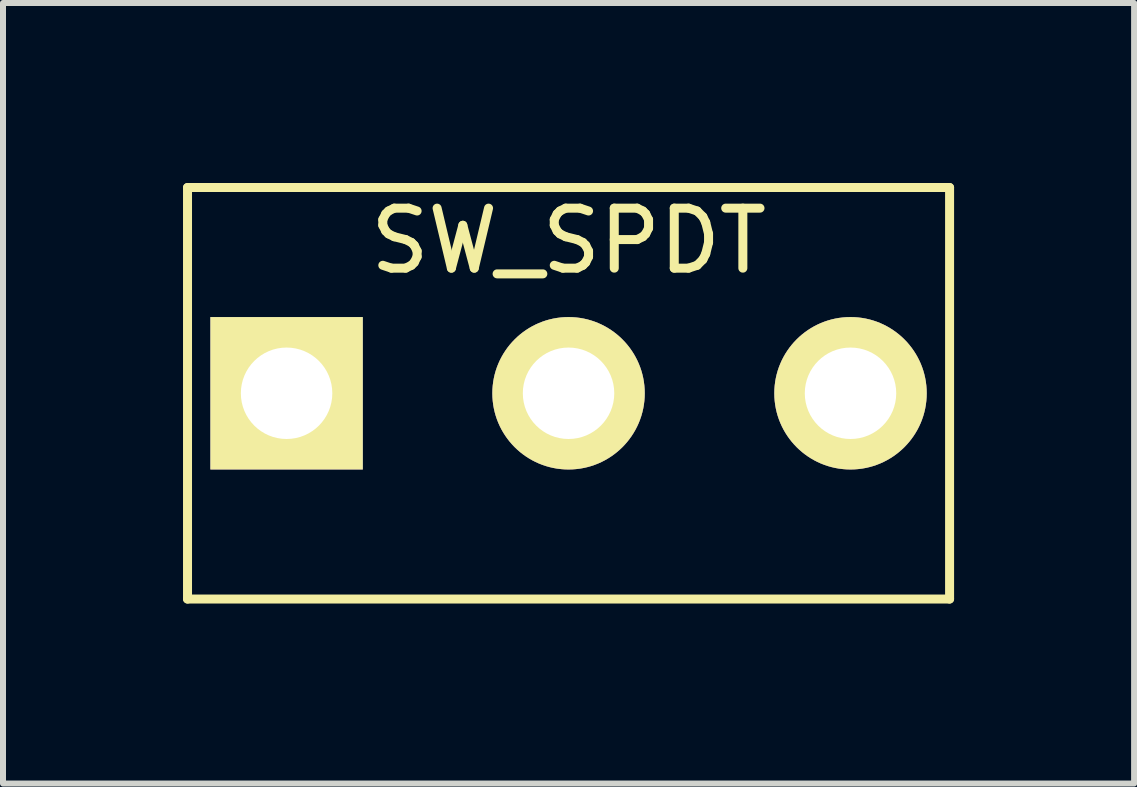
<source format=kicad_pcb>
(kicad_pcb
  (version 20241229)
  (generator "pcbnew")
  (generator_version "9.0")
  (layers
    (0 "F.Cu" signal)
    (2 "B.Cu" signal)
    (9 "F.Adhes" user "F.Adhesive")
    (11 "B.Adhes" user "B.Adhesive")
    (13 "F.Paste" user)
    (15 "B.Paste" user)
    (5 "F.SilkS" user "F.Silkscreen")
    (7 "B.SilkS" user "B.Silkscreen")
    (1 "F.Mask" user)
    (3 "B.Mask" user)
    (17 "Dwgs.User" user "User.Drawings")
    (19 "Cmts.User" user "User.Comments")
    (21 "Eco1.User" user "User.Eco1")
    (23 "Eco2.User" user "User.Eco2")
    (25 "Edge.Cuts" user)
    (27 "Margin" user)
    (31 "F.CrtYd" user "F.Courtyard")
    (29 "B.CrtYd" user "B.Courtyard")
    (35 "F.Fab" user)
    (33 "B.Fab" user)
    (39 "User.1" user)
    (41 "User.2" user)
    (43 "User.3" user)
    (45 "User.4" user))
  (footprint "SW_SPDT"
    (layer "F.Cu")
    (at 6.425 3.504)
    (property "Reference" "SW_SPDT" (at 0 -2.54 0) (layer "F.SilkS") (effects (font (size 1 1) (thickness 0.15))))
    (attr through_hole)
    (fp_line (start -6.35 -3.429) (end 6.35 -3.429) (stroke (width 0.15) (type solid)) (layer "F.SilkS"))
    (fp_line (start -6.35 3.429) (end -6.35 -3.429) (stroke (width 0.15) (type solid)) (layer "F.SilkS"))
    (fp_line (start 6.35 -3.429) (end 6.35 3.429) (stroke (width 0.15) (type solid)) (layer "F.SilkS"))
    (fp_line (start 6.35 3.429) (end -6.35 3.429) (stroke (width 0.15) (type solid)) (layer "F.SilkS"))
    (pad "1" thru_hole rect (at -4.699 0) (size 2.54 2.54) (drill 1.524) (layers "*.Cu" "*.Mask" "F.SilkS"))
    (pad "2" thru_hole circle (at 0 0) (size 2.54 2.54) (drill 1.524) (layers "*.Cu" "*.Mask" "F.SilkS"))
    (pad "3" thru_hole circle (at 4.699 0) (size 2.54 2.54) (drill 1.524) (layers "*.Cu" "*.Mask" "F.SilkS")))
  (gr_rect
    (start -3 -3)
    (end 15.85 10.008)
    (stroke (width 0.1) (type default))
    (fill no)
    (layer "Edge.Cuts")))
</source>
